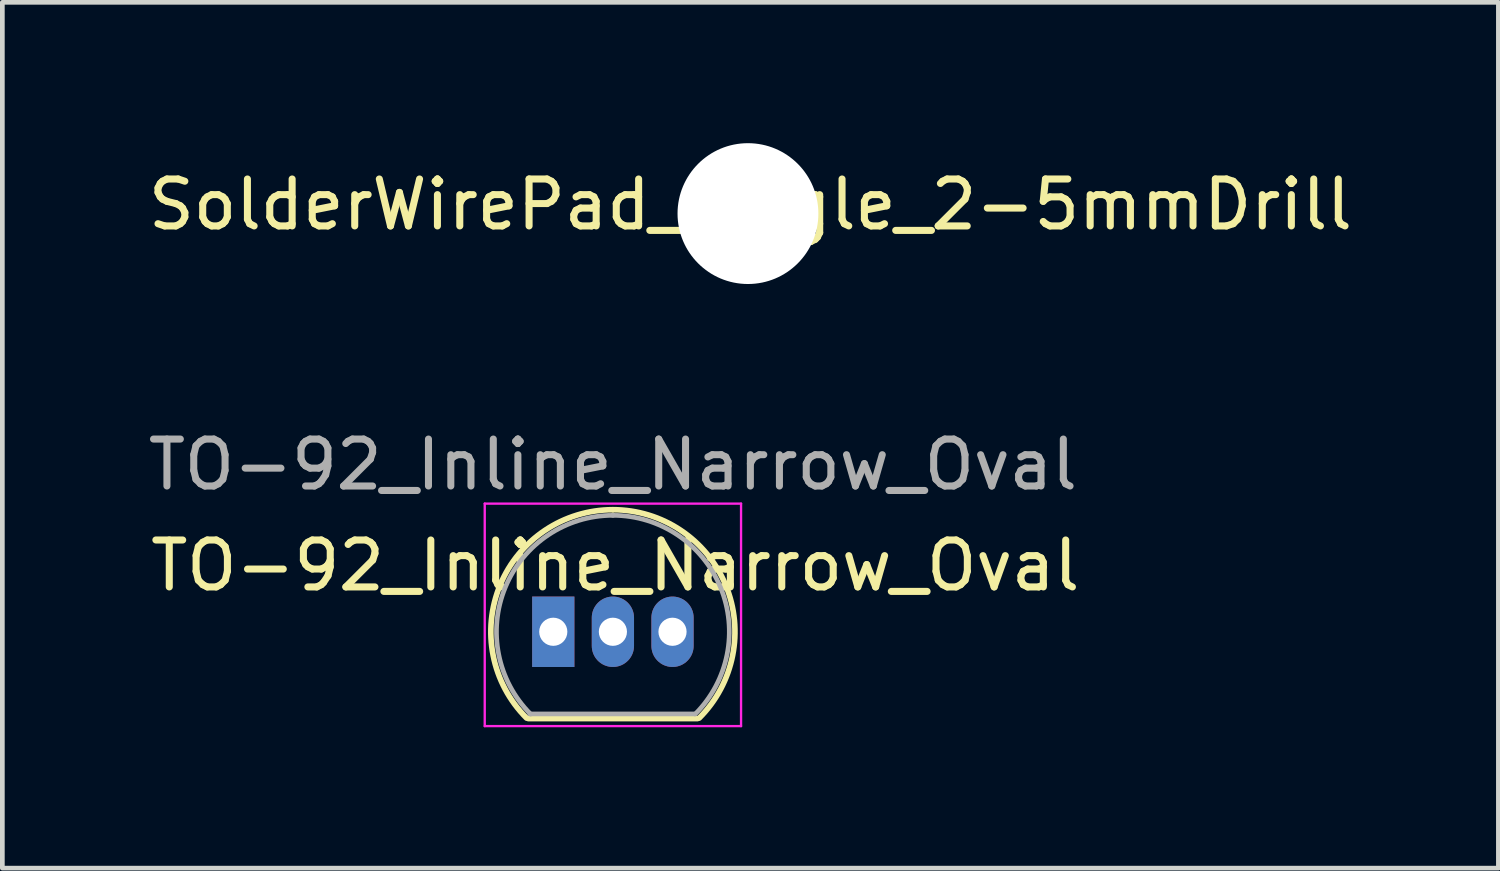
<source format=kicad_pcb>
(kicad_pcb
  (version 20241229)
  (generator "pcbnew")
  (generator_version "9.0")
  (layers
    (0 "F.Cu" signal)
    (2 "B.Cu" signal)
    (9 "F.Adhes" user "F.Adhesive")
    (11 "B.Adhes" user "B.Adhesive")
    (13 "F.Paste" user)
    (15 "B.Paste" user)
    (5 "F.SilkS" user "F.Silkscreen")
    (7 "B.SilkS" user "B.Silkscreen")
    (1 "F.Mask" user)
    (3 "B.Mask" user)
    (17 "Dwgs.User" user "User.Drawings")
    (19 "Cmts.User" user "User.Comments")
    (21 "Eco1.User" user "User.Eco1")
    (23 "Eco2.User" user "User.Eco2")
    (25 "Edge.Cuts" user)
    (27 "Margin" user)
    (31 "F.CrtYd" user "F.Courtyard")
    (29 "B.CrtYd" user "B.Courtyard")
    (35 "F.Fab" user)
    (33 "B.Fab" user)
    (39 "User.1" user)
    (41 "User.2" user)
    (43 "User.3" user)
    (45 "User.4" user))
  (footprint "TO-92_Inline_Narrow_Oval"
    (layer "F.Cu")
    (at 8.736 10.408)
    (property "Reference" "TO-92_Inline_Narrow_Oval" (at 1.32 -1.41 0) (layer "F.SilkS") (effects (font (size 1 1) (thickness 0.15))))
    (attr through_hole)
    (fp_line (start -0.53 1.85) (end 3.07 1.85) (stroke (width 0.12) (type solid)) (layer "F.SilkS"))
    (fp_arc (start -0.568478 1.838478) (mid -1.132087 -0.994977) (end 1.27 -2.6) (stroke (width 0.12) (type solid)) (layer "F.SilkS"))
    (fp_arc (start 1.27 -2.6) (mid 3.672087 -0.994977) (end 3.108478 1.838478) (stroke (width 0.12) (type solid)) (layer "F.SilkS"))
    (fp_line (start -1.46 -2.73) (end -1.46 2.01) (stroke (width 0.05) (type solid)) (layer "F.CrtYd"))
    (fp_line (start -1.46 -2.73) (end 4 -2.73) (stroke (width 0.05) (type solid)) (layer "F.CrtYd"))
    (fp_line (start 4 2.01) (end -1.46 2.01) (stroke (width 0.05) (type solid)) (layer "F.CrtYd"))
    (fp_line (start 4 2.01) (end 4 -2.73) (stroke (width 0.05) (type solid)) (layer "F.CrtYd"))
    (fp_line (start -0.5 1.75) (end 3 1.75) (stroke (width 0.1) (type solid)) (layer "F.Fab"))
    (fp_arc (start -0.483625 1.753625) (mid -1.021221 -0.949055) (end 1.27 -2.48) (stroke (width 0.1) (type solid)) (layer "F.Fab"))
    (fp_arc (start 1.27 -2.48) (mid 3.561221 -0.949055) (end 3.023625 1.753625) (stroke (width 0.1) (type solid)) (layer "F.Fab"))
    (fp_text user "${REFERENCE}" (at 1.27 -3.56 0) (layer "F.Fab") (effects (font (size 1 1) (thickness 0.15))))
    (pad "1" thru_hole rect (at 0 0 180) (size 0.9 1.5) (drill 0.6) (layers "*.Cu" "*.Mask"))
    (pad "2" thru_hole oval (at 1.27 0 180) (size 0.9 1.5) (drill 0.6) (layers "*.Cu" "*.Mask"))
    (pad "3" thru_hole oval (at 2.54 0 180) (size 0.9 1.5) (drill 0.6) (layers "*.Cu" "*.Mask")))
  (footprint "SolderWirePad_single_2-5mmDrill"
    (layer "F.Cu")
    (at 12.883 1.5)
    (property "Reference" "SolderWirePad_single_2-5mmDrill" (at 0.052 -0.192 0) (layer "F.SilkS") (effects (font (size 1 1) (thickness 0.15))))
    (attr through_hole)
    (pad "" np_thru_hole circle (at 0 0) (size 3 3) (drill 3) (layers "*.Cu" "*.Mask")))
  (gr_rect
    (start -3 -3)
    (end 28.869 15.443)
    (stroke (width 0.1) (type default))
    (fill no)
    (layer "Edge.Cuts")))
</source>
